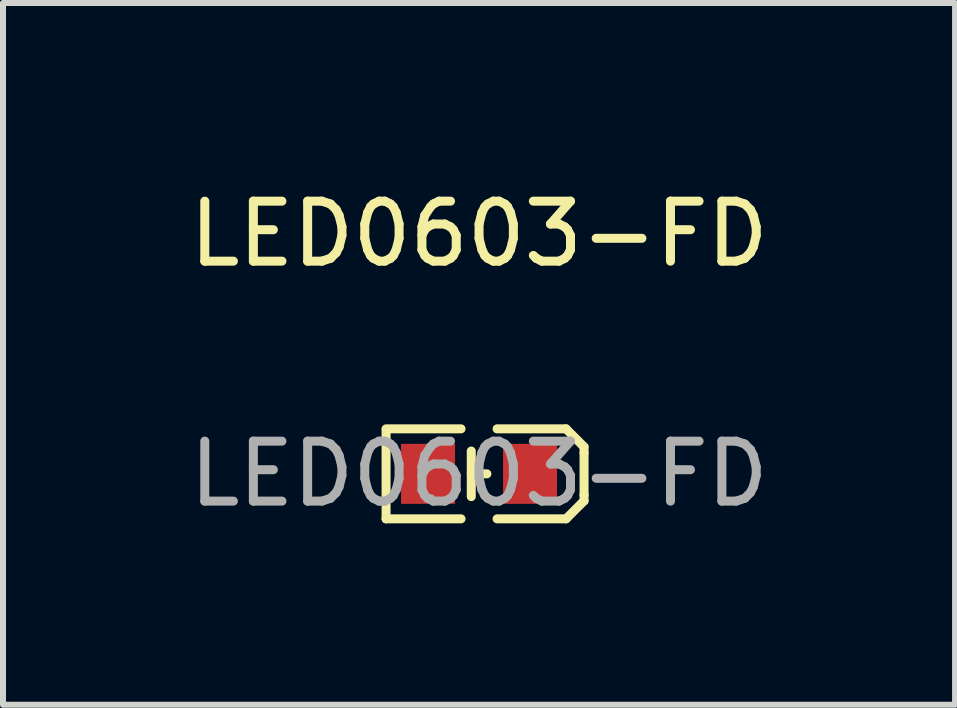
<source format=kicad_pcb>
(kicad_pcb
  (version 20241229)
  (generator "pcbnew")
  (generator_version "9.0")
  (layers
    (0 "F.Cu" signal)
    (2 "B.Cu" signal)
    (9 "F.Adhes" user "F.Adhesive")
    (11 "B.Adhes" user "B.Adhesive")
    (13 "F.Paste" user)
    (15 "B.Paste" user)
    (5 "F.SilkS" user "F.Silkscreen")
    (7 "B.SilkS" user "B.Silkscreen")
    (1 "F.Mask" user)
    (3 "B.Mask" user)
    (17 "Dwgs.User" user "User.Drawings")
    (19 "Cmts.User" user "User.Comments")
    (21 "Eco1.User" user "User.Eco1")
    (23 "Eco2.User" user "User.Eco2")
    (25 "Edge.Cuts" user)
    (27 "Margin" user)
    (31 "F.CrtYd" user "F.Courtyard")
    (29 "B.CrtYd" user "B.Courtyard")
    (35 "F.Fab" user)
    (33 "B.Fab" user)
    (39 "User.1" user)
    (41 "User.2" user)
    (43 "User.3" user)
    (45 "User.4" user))
  (footprint "LED0603-FD"
    (layer "F.Cu")
    (at 4.935 4.848)
    (property "Reference" "LED0603-FD" (at 0 -4 0) (layer "F.SilkS") (effects (font (size 1 1) (thickness 0.15))))
    (attr through_hole)
    (fp_line (start -1.55 0.75) (end -1.55 -0.73) (stroke (width 0.15) (type solid)) (layer "F.SilkS"))
    (fp_line (start -0.3 -0.75) (end -1.55 -0.75) (stroke (width 0.15) (type solid)) (layer "F.SilkS"))
    (fp_line (start -0.3 0.75) (end -1.55 0.75) (stroke (width 0.15) (type solid)) (layer "F.SilkS"))
    (fp_line (start -0.13 -0.38) (end -0.13 0.38) (stroke (width 0.15) (type solid)) (layer "F.SilkS"))
    (fp_line (start -0.13 0) (end 0.13 0) (stroke (width 0.15) (type solid)) (layer "F.SilkS"))
    (fp_line (start 0.3 -0.75) (end 1.45 -0.75) (stroke (width 0.15) (type solid)) (layer "F.SilkS"))
    (fp_line (start 0.3 0.75) (end 1.45 0.75) (stroke (width 0.15) (type solid)) (layer "F.SilkS"))
    (fp_line (start 1.75 -0.45) (end 1.45 -0.75) (stroke (width 0.15) (type solid)) (layer "F.SilkS"))
    (fp_line (start 1.75 -0.35) (end 1.75 -0.45) (stroke (width 0.15) (type solid)) (layer "F.SilkS"))
    (fp_line (start 1.75 0.35) (end 1.75 -0.35) (stroke (width 0.15) (type solid)) (layer "F.SilkS"))
    (fp_line (start 1.75 0.35) (end 1.75 0.45) (stroke (width 0.15) (type solid)) (layer "F.SilkS"))
    (fp_line (start 1.75 0.45) (end 1.45 0.75) (stroke (width 0.15) (type solid)) (layer "F.SilkS"))
    (fp_circle (center -0.8 0.4) (end -0.77 0.4) (stroke (width 0.06) (type solid)) (fill no) (layer "F.Fab"))
    (fp_text user "${REFERENCE}" (at 0 0 0) (layer "F.Fab") (effects (font (size 1 1) (thickness 0.15))))
    (pad "1" smd rect (at -0.85 0 270) (size 1 0.9) (layers "F.Cu" "F.Mask" "F.Paste"))
    (pad "2" smd rect (at 0.85 0 270) (size 1 0.9) (layers "F.Cu" "F.Mask" "F.Paste")))
  (gr_rect
    (start -3 -3)
    (end 12.869 8.697)
    (stroke (width 0.1) (type default))
    (fill no)
    (layer "Edge.Cuts")))
</source>
